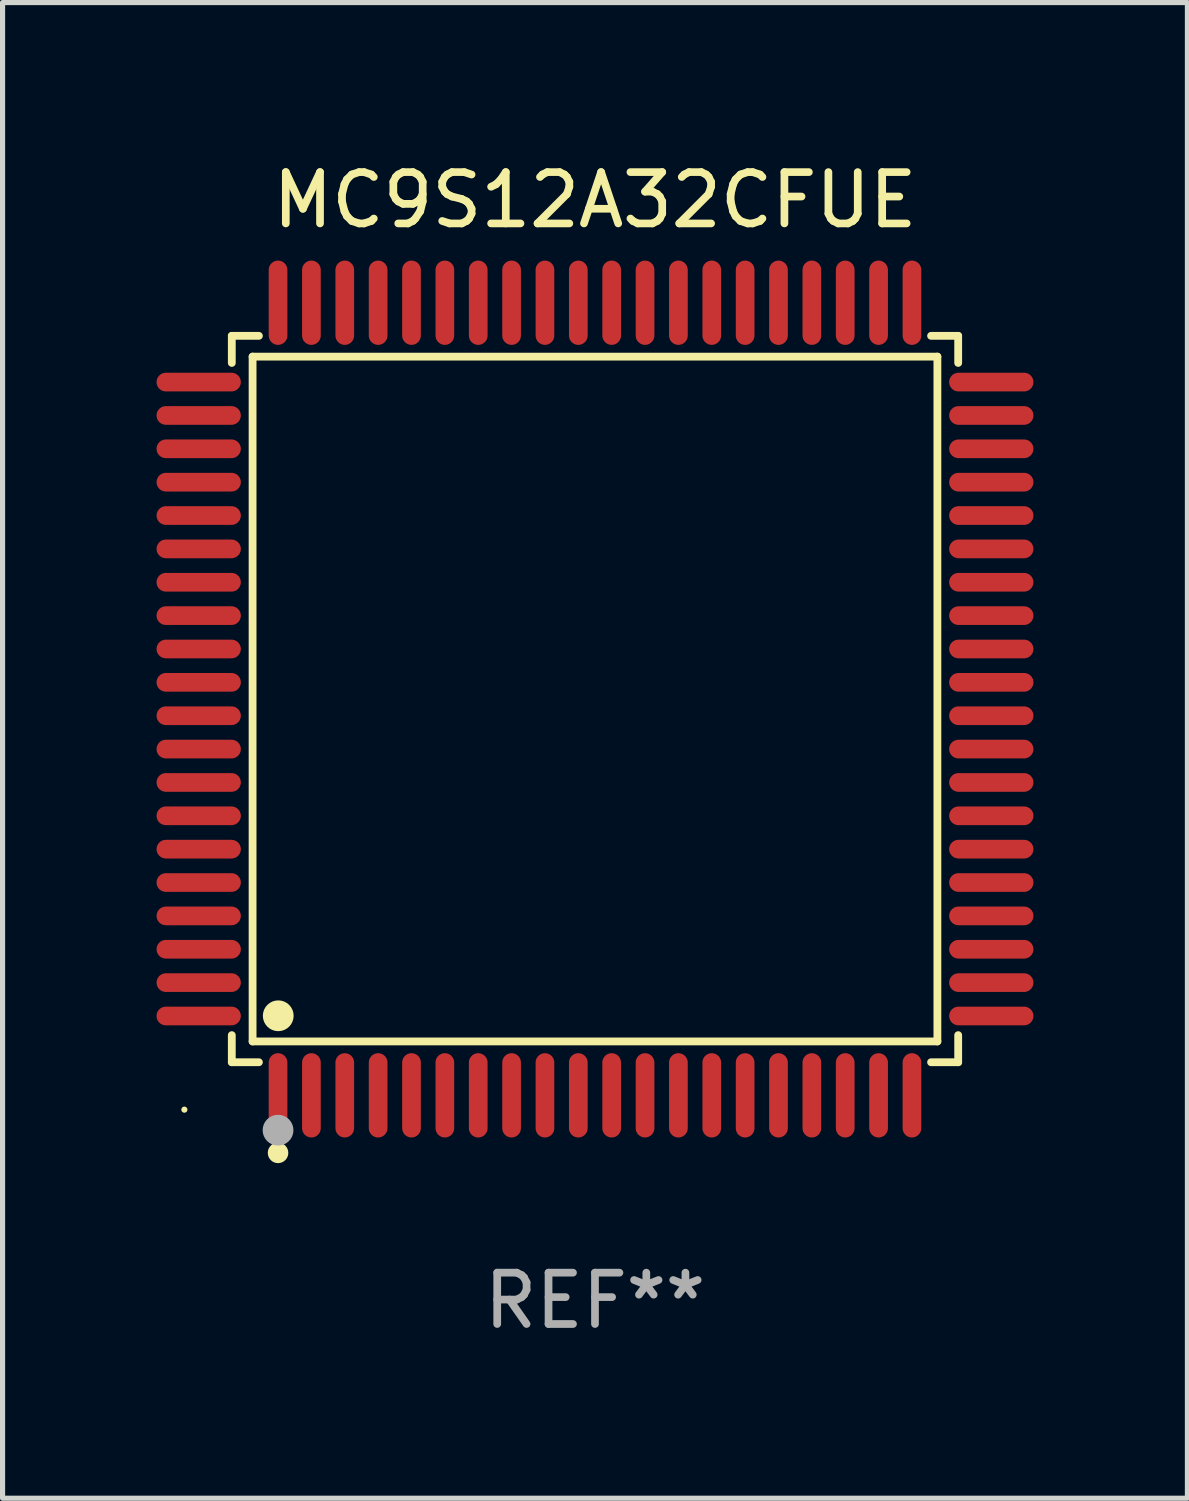
<source format=kicad_pcb>
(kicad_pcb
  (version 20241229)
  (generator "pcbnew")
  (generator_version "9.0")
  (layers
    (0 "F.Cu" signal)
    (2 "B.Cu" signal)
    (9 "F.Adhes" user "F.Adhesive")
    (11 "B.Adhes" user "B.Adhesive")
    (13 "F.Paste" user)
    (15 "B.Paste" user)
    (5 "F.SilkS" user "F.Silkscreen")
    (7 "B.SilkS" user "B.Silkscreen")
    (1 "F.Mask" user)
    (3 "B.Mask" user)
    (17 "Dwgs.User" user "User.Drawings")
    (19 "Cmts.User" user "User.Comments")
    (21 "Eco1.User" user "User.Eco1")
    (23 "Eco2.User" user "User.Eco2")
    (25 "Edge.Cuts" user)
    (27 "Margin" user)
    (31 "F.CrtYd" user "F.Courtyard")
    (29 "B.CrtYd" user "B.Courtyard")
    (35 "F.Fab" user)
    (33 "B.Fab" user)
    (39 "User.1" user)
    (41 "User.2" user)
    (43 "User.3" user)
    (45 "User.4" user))
  (footprint "MC9S12A32CFUE"
    (layer "F.Cu")
    (at 8.542 10.569)
    (property "Reference" "MC9S12A32CFUE" (at 0 -9.721 0) (layer "F.SilkS") (effects (font (size 1 1) (thickness 0.15))))
    (attr through_hole)
    (fp_line (start -7.076 -7.076) (end -6.548 -7.076) (stroke (width 0.152) (type solid)) (layer "F.SilkS"))
    (fp_line (start -7.076 -6.548) (end -7.076 -7.076) (stroke (width 0.152) (type solid)) (layer "F.SilkS"))
    (fp_line (start -7.076 6.548) (end -7.076 7.076) (stroke (width 0.152) (type solid)) (layer "F.SilkS"))
    (fp_line (start -7.076 7.076) (end -6.548 7.076) (stroke (width 0.152) (type solid)) (layer "F.SilkS"))
    (fp_line (start -6.671 -6.671) (end 6.671 -6.671) (stroke (width 0.152) (type solid)) (layer "F.SilkS"))
    (fp_line (start -6.671 6.671) (end -6.671 -6.671) (stroke (width 0.152) (type solid)) (layer "F.SilkS"))
    (fp_line (start 6.671 -6.671) (end 6.671 6.671) (stroke (width 0.152) (type solid)) (layer "F.SilkS"))
    (fp_line (start 6.671 6.671) (end -6.671 6.671) (stroke (width 0.152) (type solid)) (layer "F.SilkS"))
    (fp_line (start 7.076 -7.076) (end 6.548 -7.076) (stroke (width 0.152) (type solid)) (layer "F.SilkS"))
    (fp_line (start 7.076 -6.548) (end 7.076 -7.076) (stroke (width 0.152) (type solid)) (layer "F.SilkS"))
    (fp_line (start 7.076 6.548) (end 7.076 7.076) (stroke (width 0.152) (type solid)) (layer "F.SilkS"))
    (fp_line (start 7.076 7.076) (end 6.548 7.076) (stroke (width 0.152) (type solid)) (layer "F.SilkS"))
    (fp_circle (center -8 8) (end -7.97 8) (stroke (width 0.06) (type solid)) (fill no) (layer "F.SilkS"))
    (fp_circle (center -6.175 8.842) (end -6.075 8.842) (stroke (width 0.2) (type solid)) (fill no) (layer "F.SilkS"))
    (fp_circle (center -6.171 6.171) (end -6.021 6.171) (stroke (width 0.3) (type solid)) (fill no) (layer "F.SilkS"))
    (fp_circle (center -6.175 8.4) (end -6.025 8.4) (stroke (width 0.3) (type solid)) (fill no) (layer "F.Fab"))
    (fp_text user "REF**" (at 0 11.721 0) (layer "F.Fab") (effects (font (size 1 1) (thickness 0.15))))
    (pad "1" smd oval (at -6.175 7.721) (size 0.364 1.642) (layers "F.Cu" "F.Mask" "F.Paste"))
    (pad "2" smd oval (at -5.525 7.721) (size 0.364 1.642) (layers "F.Cu" "F.Mask" "F.Paste"))
    (pad "3" smd oval (at -4.875 7.721) (size 0.364 1.642) (layers "F.Cu" "F.Mask" "F.Paste"))
    (pad "4" smd oval (at -4.225 7.721) (size 0.364 1.642) (layers "F.Cu" "F.Mask" "F.Paste"))
    (pad "5" smd oval (at -3.575 7.721) (size 0.364 1.642) (layers "F.Cu" "F.Mask" "F.Paste"))
    (pad "6" smd oval (at -2.925 7.721) (size 0.364 1.642) (layers "F.Cu" "F.Mask" "F.Paste"))
    (pad "7" smd oval (at -2.275 7.721) (size 0.364 1.642) (layers "F.Cu" "F.Mask" "F.Paste"))
    (pad "8" smd oval (at -1.625 7.721) (size 0.364 1.642) (layers "F.Cu" "F.Mask" "F.Paste"))
    (pad "9" smd oval (at -0.975 7.721) (size 0.364 1.642) (layers "F.Cu" "F.Mask" "F.Paste"))
    (pad "10" smd oval (at -0.325 7.721) (size 0.364 1.642) (layers "F.Cu" "F.Mask" "F.Paste"))
    (pad "11" smd oval (at 0.325 7.721) (size 0.364 1.642) (layers "F.Cu" "F.Mask" "F.Paste"))
    (pad "12" smd oval (at 0.975 7.721) (size 0.364 1.642) (layers "F.Cu" "F.Mask" "F.Paste"))
    (pad "13" smd oval (at 1.625 7.721) (size 0.364 1.642) (layers "F.Cu" "F.Mask" "F.Paste"))
    (pad "14" smd oval (at 2.275 7.721) (size 0.364 1.642) (layers "F.Cu" "F.Mask" "F.Paste"))
    (pad "15" smd oval (at 2.925 7.721) (size 0.364 1.642) (layers "F.Cu" "F.Mask" "F.Paste"))
    (pad "16" smd oval (at 3.575 7.721) (size 0.364 1.642) (layers "F.Cu" "F.Mask" "F.Paste"))
    (pad "17" smd oval (at 4.225 7.721) (size 0.364 1.642) (layers "F.Cu" "F.Mask" "F.Paste"))
    (pad "18" smd oval (at 4.875 7.721) (size 0.364 1.642) (layers "F.Cu" "F.Mask" "F.Paste"))
    (pad "19" smd oval (at 5.525 7.721) (size 0.364 1.642) (layers "F.Cu" "F.Mask" "F.Paste"))
    (pad "20" smd oval (at 6.175 7.721) (size 0.364 1.642) (layers "F.Cu" "F.Mask" "F.Paste"))
    (pad "21" smd oval (at 7.721 6.175) (size 1.642 0.364) (layers "F.Cu" "F.Mask" "F.Paste"))
    (pad "22" smd oval (at 7.721 5.525) (size 1.642 0.364) (layers "F.Cu" "F.Mask" "F.Paste"))
    (pad "23" smd oval (at 7.721 4.875) (size 1.642 0.364) (layers "F.Cu" "F.Mask" "F.Paste"))
    (pad "24" smd oval (at 7.721 4.225) (size 1.642 0.364) (layers "F.Cu" "F.Mask" "F.Paste"))
    (pad "25" smd oval (at 7.721 3.575) (size 1.642 0.364) (layers "F.Cu" "F.Mask" "F.Paste"))
    (pad "26" smd oval (at 7.721 2.925) (size 1.642 0.364) (layers "F.Cu" "F.Mask" "F.Paste"))
    (pad "27" smd oval (at 7.721 2.275) (size 1.642 0.364) (layers "F.Cu" "F.Mask" "F.Paste"))
    (pad "28" smd oval (at 7.721 1.625) (size 1.642 0.364) (layers "F.Cu" "F.Mask" "F.Paste"))
    (pad "29" smd oval (at 7.721 0.975) (size 1.642 0.364) (layers "F.Cu" "F.Mask" "F.Paste"))
    (pad "30" smd oval (at 7.721 0.325) (size 1.642 0.364) (layers "F.Cu" "F.Mask" "F.Paste"))
    (pad "31" smd oval (at 7.721 -0.325) (size 1.642 0.364) (layers "F.Cu" "F.Mask" "F.Paste"))
    (pad "32" smd oval (at 7.721 -0.975) (size 1.642 0.364) (layers "F.Cu" "F.Mask" "F.Paste"))
    (pad "33" smd oval (at 7.721 -1.625) (size 1.642 0.364) (layers "F.Cu" "F.Mask" "F.Paste"))
    (pad "34" smd oval (at 7.721 -2.275) (size 1.642 0.364) (layers "F.Cu" "F.Mask" "F.Paste"))
    (pad "35" smd oval (at 7.721 -2.925) (size 1.642 0.364) (layers "F.Cu" "F.Mask" "F.Paste"))
    (pad "36" smd oval (at 7.721 -3.575) (size 1.642 0.364) (layers "F.Cu" "F.Mask" "F.Paste"))
    (pad "37" smd oval (at 7.721 -4.225) (size 1.642 0.364) (layers "F.Cu" "F.Mask" "F.Paste"))
    (pad "38" smd oval (at 7.721 -4.875) (size 1.642 0.364) (layers "F.Cu" "F.Mask" "F.Paste"))
    (pad "39" smd oval (at 7.721 -5.525) (size 1.642 0.364) (layers "F.Cu" "F.Mask" "F.Paste"))
    (pad "40" smd oval (at 7.721 -6.175) (size 1.642 0.364) (layers "F.Cu" "F.Mask" "F.Paste"))
    (pad "41" smd oval (at 6.175 -7.721) (size 0.364 1.642) (layers "F.Cu" "F.Mask" "F.Paste"))
    (pad "42" smd oval (at 5.525 -7.721) (size 0.364 1.642) (layers "F.Cu" "F.Mask" "F.Paste"))
    (pad "43" smd oval (at 4.875 -7.721) (size 0.364 1.642) (layers "F.Cu" "F.Mask" "F.Paste"))
    (pad "44" smd oval (at 4.225 -7.721) (size 0.364 1.642) (layers "F.Cu" "F.Mask" "F.Paste"))
    (pad "45" smd oval (at 3.575 -7.721) (size 0.364 1.642) (layers "F.Cu" "F.Mask" "F.Paste"))
    (pad "46" smd oval (at 2.925 -7.721) (size 0.364 1.642) (layers "F.Cu" "F.Mask" "F.Paste"))
    (pad "47" smd oval (at 2.275 -7.721) (size 0.364 1.642) (layers "F.Cu" "F.Mask" "F.Paste"))
    (pad "48" smd oval (at 1.625 -7.721) (size 0.364 1.642) (layers "F.Cu" "F.Mask" "F.Paste"))
    (pad "49" smd oval (at 0.975 -7.721) (size 0.364 1.642) (layers "F.Cu" "F.Mask" "F.Paste"))
    (pad "50" smd oval (at 0.325 -7.721) (size 0.364 1.642) (layers "F.Cu" "F.Mask" "F.Paste"))
    (pad "51" smd oval (at -0.325 -7.721) (size 0.364 1.642) (layers "F.Cu" "F.Mask" "F.Paste"))
    (pad "52" smd oval (at -0.975 -7.721) (size 0.364 1.642) (layers "F.Cu" "F.Mask" "F.Paste"))
    (pad "53" smd oval (at -1.625 -7.721) (size 0.364 1.642) (layers "F.Cu" "F.Mask" "F.Paste"))
    (pad "54" smd oval (at -2.275 -7.721) (size 0.364 1.642) (layers "F.Cu" "F.Mask" "F.Paste"))
    (pad "55" smd oval (at -2.925 -7.721) (size 0.364 1.642) (layers "F.Cu" "F.Mask" "F.Paste"))
    (pad "56" smd oval (at -3.575 -7.721) (size 0.364 1.642) (layers "F.Cu" "F.Mask" "F.Paste"))
    (pad "57" smd oval (at -4.225 -7.721) (size 0.364 1.642) (layers "F.Cu" "F.Mask" "F.Paste"))
    (pad "58" smd oval (at -4.875 -7.721) (size 0.364 1.642) (layers "F.Cu" "F.Mask" "F.Paste"))
    (pad "59" smd oval (at -5.525 -7.721) (size 0.364 1.642) (layers "F.Cu" "F.Mask" "F.Paste"))
    (pad "60" smd oval (at -6.175 -7.721) (size 0.364 1.642) (layers "F.Cu" "F.Mask" "F.Paste"))
    (pad "61" smd oval (at -7.721 -6.175) (size 1.642 0.364) (layers "F.Cu" "F.Mask" "F.Paste"))
    (pad "62" smd oval (at -7.721 -5.525) (size 1.642 0.364) (layers "F.Cu" "F.Mask" "F.Paste"))
    (pad "63" smd oval (at -7.721 -4.875) (size 1.642 0.364) (layers "F.Cu" "F.Mask" "F.Paste"))
    (pad "64" smd oval (at -7.721 -4.225) (size 1.642 0.364) (layers "F.Cu" "F.Mask" "F.Paste"))
    (pad "65" smd oval (at -7.721 -3.575) (size 1.642 0.364) (layers "F.Cu" "F.Mask" "F.Paste"))
    (pad "66" smd oval (at -7.721 -2.925) (size 1.642 0.364) (layers "F.Cu" "F.Mask" "F.Paste"))
    (pad "67" smd oval (at -7.721 -2.275) (size 1.642 0.364) (layers "F.Cu" "F.Mask" "F.Paste"))
    (pad "68" smd oval (at -7.721 -1.625) (size 1.642 0.364) (layers "F.Cu" "F.Mask" "F.Paste"))
    (pad "69" smd oval (at -7.721 -0.975) (size 1.642 0.364) (layers "F.Cu" "F.Mask" "F.Paste"))
    (pad "70" smd oval (at -7.721 -0.325) (size 1.642 0.364) (layers "F.Cu" "F.Mask" "F.Paste"))
    (pad "71" smd oval (at -7.721 0.325) (size 1.642 0.364) (layers "F.Cu" "F.Mask" "F.Paste"))
    (pad "72" smd oval (at -7.721 0.975) (size 1.642 0.364) (layers "F.Cu" "F.Mask" "F.Paste"))
    (pad "73" smd oval (at -7.721 1.625) (size 1.642 0.364) (layers "F.Cu" "F.Mask" "F.Paste"))
    (pad "74" smd oval (at -7.721 2.275) (size 1.642 0.364) (layers "F.Cu" "F.Mask" "F.Paste"))
    (pad "75" smd oval (at -7.721 2.925) (size 1.642 0.364) (layers "F.Cu" "F.Mask" "F.Paste"))
    (pad "76" smd oval (at -7.721 3.575) (size 1.642 0.364) (layers "F.Cu" "F.Mask" "F.Paste"))
    (pad "77" smd oval (at -7.721 4.225) (size 1.642 0.364) (layers "F.Cu" "F.Mask" "F.Paste"))
    (pad "78" smd oval (at -7.721 4.875) (size 1.642 0.364) (layers "F.Cu" "F.Mask" "F.Paste"))
    (pad "79" smd oval (at -7.721 5.525) (size 1.642 0.364) (layers "F.Cu" "F.Mask" "F.Paste"))
    (pad "80" smd oval (at -7.721 6.175) (size 1.642 0.364) (layers "F.Cu" "F.Mask" "F.Paste")))
  (gr_rect
    (start -3 -3)
    (end 20.084 26.139)
    (stroke (width 0.1) (type default))
    (fill no)
    (layer "Edge.Cuts")))
</source>
